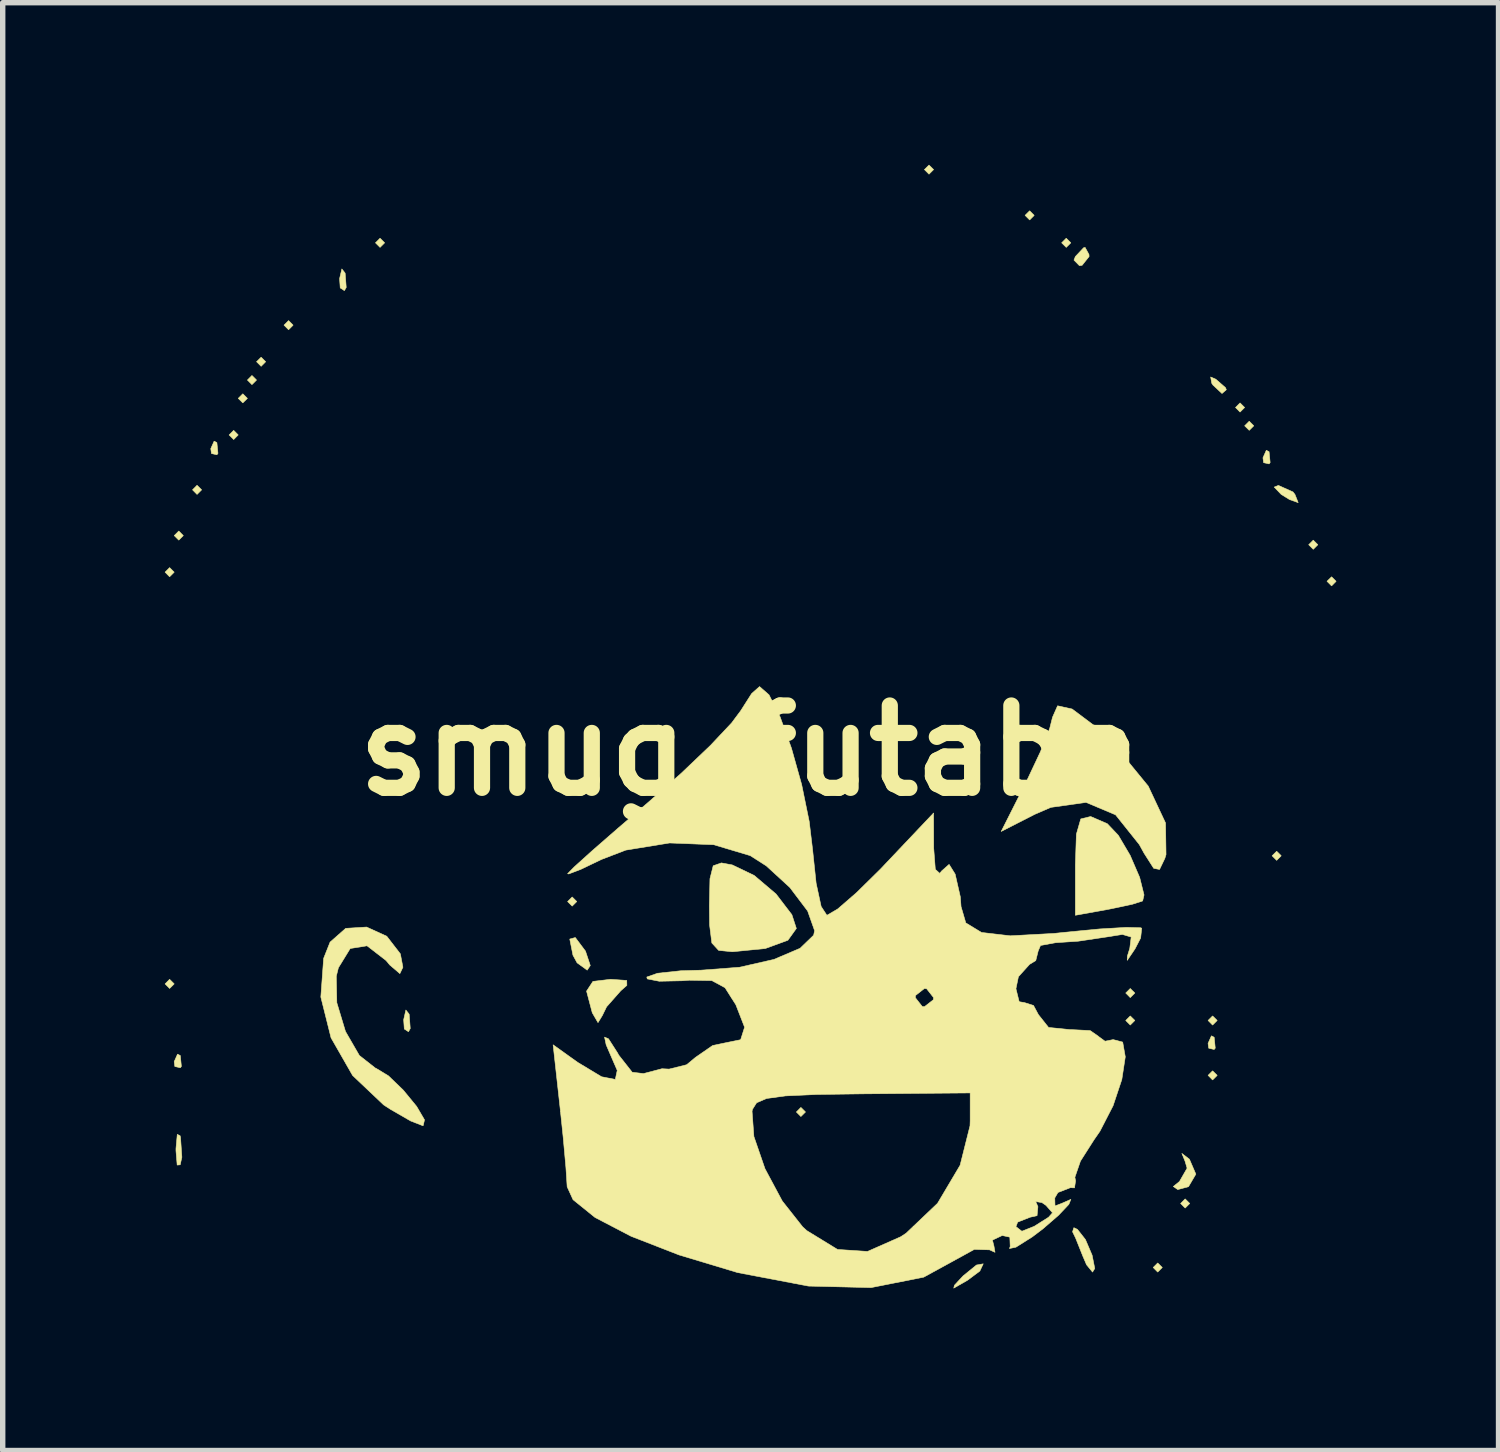
<source format=kicad_pcb>
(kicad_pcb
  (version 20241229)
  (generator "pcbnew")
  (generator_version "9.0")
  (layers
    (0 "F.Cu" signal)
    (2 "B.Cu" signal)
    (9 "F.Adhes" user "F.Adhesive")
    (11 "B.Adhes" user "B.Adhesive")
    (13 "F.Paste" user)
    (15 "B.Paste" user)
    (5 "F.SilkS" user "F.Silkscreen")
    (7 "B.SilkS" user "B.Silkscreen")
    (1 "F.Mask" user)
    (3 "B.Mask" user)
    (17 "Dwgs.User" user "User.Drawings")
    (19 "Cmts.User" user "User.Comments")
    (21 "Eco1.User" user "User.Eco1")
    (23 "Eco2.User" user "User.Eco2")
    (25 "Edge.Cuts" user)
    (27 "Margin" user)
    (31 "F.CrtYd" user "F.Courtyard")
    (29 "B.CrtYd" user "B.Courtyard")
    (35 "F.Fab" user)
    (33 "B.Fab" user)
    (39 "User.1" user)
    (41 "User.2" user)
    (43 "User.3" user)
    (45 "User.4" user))
  (footprint "smug_futaba"
    (layer "F.Cu")
    (at 10.842 10.842)
    (property "Reference" "smug_futaba" (at 0 0 0) (layer "F.SilkS") (effects (font (size 1.524 1.524) (thickness 0.3))))
    (attr through_hole)
    (fp_poly (pts (xy -10.668 -3.302) (xy -10.753 -3.217) (xy -10.837 -3.302) (xy -10.753 -3.387) (xy -10.668 -3.302)) (stroke (width 0.01) (type solid)) (fill yes) (layer "F.SilkS"))
    (fp_poly (pts (xy -10.668 4.318) (xy -10.753 4.403) (xy -10.837 4.318) (xy -10.753 4.233) (xy -10.668 4.318)) (stroke (width 0.01) (type solid)) (fill yes) (layer "F.SilkS"))
    (fp_poly (pts (xy -10.499 -3.979) (xy -10.583 -3.895) (xy -10.668 -3.979) (xy -10.583 -4.064) (xy -10.499 -3.979)) (stroke (width 0.01) (type solid)) (fill yes) (layer "F.SilkS"))
    (fp_poly (pts (xy -10.16 -4.826) (xy -10.245 -4.741) (xy -10.329 -4.826) (xy -10.245 -4.911) (xy -10.16 -4.826)) (stroke (width 0.01) (type solid)) (fill yes) (layer "F.SilkS"))
    (fp_poly (pts (xy -9.483 -5.842) (xy -9.567 -5.757) (xy -9.652 -5.842) (xy -9.567 -5.927) (xy -9.483 -5.842)) (stroke (width 0.01) (type solid)) (fill yes) (layer "F.SilkS"))
    (fp_poly (pts (xy -9.313 -6.519) (xy -9.398 -6.435) (xy -9.483 -6.519) (xy -9.398 -6.604) (xy -9.313 -6.519)) (stroke (width 0.01) (type solid)) (fill yes) (layer "F.SilkS"))
    (fp_poly (pts (xy -9.144 -6.858) (xy -9.229 -6.773) (xy -9.313 -6.858) (xy -9.229 -6.943) (xy -9.144 -6.858)) (stroke (width 0.01) (type solid)) (fill yes) (layer "F.SilkS"))
    (fp_poly (pts (xy -8.975 -7.197) (xy -9.059 -7.112) (xy -9.144 -7.197) (xy -9.059 -7.281) (xy -8.975 -7.197)) (stroke (width 0.01) (type solid)) (fill yes) (layer "F.SilkS"))
    (fp_poly (pts (xy -8.467 -7.874) (xy -8.551 -7.789) (xy -8.636 -7.874) (xy -8.551 -7.959) (xy -8.467 -7.874)) (stroke (width 0.01) (type solid)) (fill yes) (layer "F.SilkS"))
    (fp_poly (pts (xy -6.773 -9.398) (xy -6.858 -9.313) (xy -6.943 -9.398) (xy -6.858 -9.483) (xy -6.773 -9.398)) (stroke (width 0.01) (type solid)) (fill yes) (layer "F.SilkS"))
    (fp_poly (pts (xy -3.217 2.794) (xy -3.302 2.879) (xy -3.387 2.794) (xy -3.302 2.709) (xy -3.217 2.794)) (stroke (width 0.01) (type solid)) (fill yes) (layer "F.SilkS"))
    (fp_poly (pts (xy 1.016 6.689) (xy 0.931 6.773) (xy 0.847 6.689) (xy 0.931 6.604) (xy 1.016 6.689)) (stroke (width 0.01) (type solid)) (fill yes) (layer "F.SilkS"))
    (fp_poly (pts (xy 3.387 -10.753) (xy 3.302 -10.668) (xy 3.217 -10.753) (xy 3.302 -10.837) (xy 3.387 -10.753)) (stroke (width 0.01) (type solid)) (fill yes) (layer "F.SilkS"))
    (fp_poly (pts (xy 5.249 -9.906) (xy 5.165 -9.821) (xy 5.08 -9.906) (xy 5.165 -9.991) (xy 5.249 -9.906)) (stroke (width 0.01) (type solid)) (fill yes) (layer "F.SilkS"))
    (fp_poly (pts (xy 5.927 -9.398) (xy 5.842 -9.313) (xy 5.757 -9.398) (xy 5.842 -9.483) (xy 5.927 -9.398)) (stroke (width 0.01) (type solid)) (fill yes) (layer "F.SilkS"))
    (fp_poly (pts (xy 7.112 4.487) (xy 7.027 4.572) (xy 6.943 4.487) (xy 7.027 4.403) (xy 7.112 4.487)) (stroke (width 0.01) (type solid)) (fill yes) (layer "F.SilkS"))
    (fp_poly (pts (xy 7.112 4.995) (xy 7.027 5.08) (xy 6.943 4.995) (xy 7.027 4.911) (xy 7.112 4.995)) (stroke (width 0.01) (type solid)) (fill yes) (layer "F.SilkS"))
    (fp_poly (pts (xy 7.62 9.567) (xy 7.535 9.652) (xy 7.451 9.567) (xy 7.535 9.483) (xy 7.62 9.567)) (stroke (width 0.01) (type solid)) (fill yes) (layer "F.SilkS"))
    (fp_poly (pts (xy 8.128 8.382) (xy 8.043 8.467) (xy 7.959 8.382) (xy 8.043 8.297) (xy 8.128 8.382)) (stroke (width 0.01) (type solid)) (fill yes) (layer "F.SilkS"))
    (fp_poly (pts (xy 8.636 4.995) (xy 8.551 5.08) (xy 8.467 4.995) (xy 8.551 4.911) (xy 8.636 4.995)) (stroke (width 0.01) (type solid)) (fill yes) (layer "F.SilkS"))
    (fp_poly (pts (xy 8.636 6.011) (xy 8.551 6.096) (xy 8.467 6.011) (xy 8.551 5.927) (xy 8.636 6.011)) (stroke (width 0.01) (type solid)) (fill yes) (layer "F.SilkS"))
    (fp_poly (pts (xy 9.144 -6.35) (xy 9.059 -6.265) (xy 8.975 -6.35) (xy 9.059 -6.435) (xy 9.144 -6.35)) (stroke (width 0.01) (type solid)) (fill yes) (layer "F.SilkS"))
    (fp_poly (pts (xy 9.313 -6.011) (xy 9.229 -5.927) (xy 9.144 -6.011) (xy 9.229 -6.096) (xy 9.313 -6.011)) (stroke (width 0.01) (type solid)) (fill yes) (layer "F.SilkS"))
    (fp_poly (pts (xy 9.821 1.947) (xy 9.737 2.032) (xy 9.652 1.947) (xy 9.737 1.863) (xy 9.821 1.947)) (stroke (width 0.01) (type solid)) (fill yes) (layer "F.SilkS"))
    (fp_poly (pts (xy 10.499 -3.81) (xy 10.414 -3.725) (xy 10.329 -3.81) (xy 10.414 -3.895) (xy 10.499 -3.81)) (stroke (width 0.01) (type solid)) (fill yes) (layer "F.SilkS"))
    (fp_poly (pts (xy 10.837 -3.133) (xy 10.753 -3.048) (xy 10.668 -3.133) (xy 10.753 -3.217) (xy 10.837 -3.133)) (stroke (width 0.01) (type solid)) (fill yes) (layer "F.SilkS"))
    (fp_poly (pts (xy -10.555 5.644) (xy -10.535 5.845) (xy -10.555 5.87) (xy -10.656 5.847) (xy -10.668 5.757) (xy -10.606 5.618) (xy -10.555 5.644)) (stroke (width 0.01) (type solid)) (fill yes) (layer "F.SilkS"))
    (fp_poly (pts (xy -9.878 -5.701) (xy -9.858 -5.5) (xy -9.878 -5.475) (xy -9.978 -5.498) (xy -9.991 -5.588) (xy -9.929 -5.727) (xy -9.878 -5.701)) (stroke (width 0.01) (type solid)) (fill yes) (layer "F.SilkS"))
    (fp_poly (pts (xy -7.504 -8.837) (xy -7.484 -8.572) (xy -7.518 -8.513) (xy -7.595 -8.563) (xy -7.607 -8.735) (xy -7.565 -8.915) (xy -7.504 -8.837)) (stroke (width 0.01) (type solid)) (fill yes) (layer "F.SilkS"))
    (fp_poly (pts (xy -6.319 4.879) (xy -6.299 5.144) (xy -6.332 5.203) (xy -6.409 5.153) (xy -6.421 4.981) (xy -6.38 4.801) (xy -6.319 4.879)) (stroke (width 0.01) (type solid)) (fill yes) (layer "F.SilkS"))
    (fp_poly (pts (xy 8.58 5.306) (xy 8.6 5.507) (xy 8.58 5.532) (xy 8.479 5.508) (xy 8.467 5.419) (xy 8.529 5.279) (xy 8.58 5.306)) (stroke (width 0.01) (type solid)) (fill yes) (layer "F.SilkS"))
    (fp_poly (pts (xy 9.596 -5.532) (xy 9.616 -5.331) (xy 9.596 -5.306) (xy 9.495 -5.329) (xy 9.483 -5.419) (xy 9.545 -5.558) (xy 9.596 -5.532)) (stroke (width 0.01) (type solid)) (fill yes) (layer "F.SilkS"))
    (fp_poly (pts (xy -3.056 3.711) (xy -2.967 3.978) (xy -3.024 4.064) (xy -3.211 3.928) (xy -3.288 3.786) (xy -3.347 3.488) (xy -3.244 3.46) (xy -3.056 3.711)) (stroke (width 0.01) (type solid)) (fill yes) (layer "F.SilkS"))
    (fp_poly (pts (xy 4.243 9.633) (xy 4.014 9.804) (xy 3.76 9.949) (xy 3.773 9.895) (xy 3.933 9.723) (xy 4.181 9.521) (xy 4.306 9.499) (xy 4.243 9.633)) (stroke (width 0.01) (type solid)) (fill yes) (layer "F.SilkS"))
    (fp_poly (pts (xy 8.61 -6.874) (xy 8.79 -6.717) (xy 8.805 -6.679) (xy 8.725 -6.609) (xy 8.558 -6.765) (xy 8.535 -6.799) (xy 8.515 -6.915) (xy 8.61 -6.874)) (stroke (width 0.01) (type solid)) (fill yes) (layer "F.SilkS"))
    (fp_poly (pts (xy 10.039 -4.787) (xy 10.075 -4.741) (xy 10.135 -4.589) (xy 9.975 -4.646) (xy 9.821 -4.741) (xy 9.691 -4.877) (xy 9.769 -4.908) (xy 10.039 -4.787)) (stroke (width 0.01) (type solid)) (fill yes) (layer "F.SilkS"))
    (fp_poly (pts (xy -10.559 7.128) (xy -10.551 7.158) (xy -10.526 7.526) (xy -10.557 7.666) (xy -10.613 7.671) (xy -10.635 7.406) (xy -10.635 7.366) (xy -10.611 7.103) (xy -10.559 7.128)) (stroke (width 0.01) (type solid)) (fill yes) (layer "F.SilkS"))
    (fp_poly (pts (xy 6.263 -9.182) (xy 6.265 -9.144) (xy 6.135 -8.981) (xy 6.086 -8.975) (xy 5.985 -9.078) (xy 6.011 -9.144) (xy 6.163 -9.306) (xy 6.191 -9.313) (xy 6.263 -9.182)) (stroke (width 0.01) (type solid)) (fill yes) (layer "F.SilkS"))
    (fp_poly (pts (xy 8.122 7.563) (xy 8.241 7.839) (xy 8.105 8.071) (xy 7.906 8.125) (xy 7.824 8.068) (xy 7.938 7.975) (xy 8.079 7.729) (xy 8.04 7.597) (xy 7.982 7.455) (xy 8.122 7.563)) (stroke (width 0.01) (type solid)) (fill yes) (layer "F.SilkS"))
    (fp_poly (pts (xy 6.049 8.861) (xy 6.197 9.049) (xy 6.321 9.339) (xy 6.37 9.585) (xy 6.329 9.652) (xy 6.218 9.517) (xy 6.149 9.356) (xy 6.015 9.021) (xy 5.959 8.906) (xy 5.983 8.83) (xy 6.049 8.861)) (stroke (width 0.01) (type solid)) (fill yes) (layer "F.SilkS"))
    (fp_poly (pts (xy -2.292 4.254) (xy -2.29 4.346) (xy -2.403 4.445) (xy -2.665 4.742) (xy -2.743 4.902) (xy -2.824 5.035) (xy -2.93 4.853) (xy -2.932 4.846) (xy -3.036 4.452) (xy -2.918 4.272) (xy -2.592 4.233) (xy -2.292 4.254)) (stroke (width 0.01) (type solid)) (fill yes) (layer "F.SilkS"))
    (fp_poly (pts (xy 6.602 1.353) (xy 6.806 1.568) (xy 7.025 1.939) (xy 7.201 2.347) (xy 7.282 2.672) (xy 7.256 2.783) (xy 7.066 2.844) (xy 6.677 2.927) (xy 6.604 2.941) (xy 6.011 3.048) (xy 6.011 2.117) (xy 6.03 1.547) (xy 6.111 1.265) (xy 6.294 1.22) (xy 6.602 1.353)) (stroke (width 0.01) (type solid)) (fill yes) (layer "F.SilkS"))
    (fp_poly (pts (xy -0.339 2.116) (xy 0.067 2.311) (xy 0.471 2.654) (xy 0.764 3.037) (xy 0.847 3.292) (xy 0.691 3.51) (xy 0.273 3.663) (xy -0.333 3.723) (xy -0.34 3.723) (xy -0.591 3.698) (xy -0.717 3.561) (xy -0.759 3.226) (xy -0.763 2.871) (xy -0.752 2.371) (xy -0.692 2.132) (xy -0.541 2.079) (xy -0.339 2.116)) (stroke (width 0.01) (type solid)) (fill yes) (layer "F.SilkS"))
    (fp_poly (pts (xy 5.952 -0.769) (xy 6.385 -0.444) (xy 6.735 -0.105) (xy 7.36 0.658) (xy 7.68 1.34) (xy 7.689 1.925) (xy 7.667 1.996) (xy 7.569 2.2) (xy 7.461 2.179) (xy 7.283 1.9) (xy 7.195 1.74) (xy 6.755 1.189) (xy 6.209 0.959) (xy 5.557 1.051) (xy 5.259 1.18) (xy 4.638 1.497) (xy 5.113 0.555) (xy 5.364 0.022) (xy 5.536 -0.41) (xy 5.588 -0.617) (xy 5.682 -0.829) (xy 5.952 -0.769)) (stroke (width 0.01) (type solid)) (fill yes) (layer "F.SilkS"))
    (fp_poly (pts (xy -6.734 3.436) (xy -6.482 3.762) (xy -6.435 4.01) (xy -6.491 4.128) (xy -6.678 3.968) (xy -6.747 3.885) (xy -7.099 3.613) (xy -7.41 3.663) (xy -7.629 4.02) (xy -7.668 4.177) (xy -7.658 4.667) (xy -7.498 5.198) (xy -7.241 5.643) (xy -6.942 5.878) (xy -6.933 5.88) (xy -6.702 6.02) (xy -6.428 6.284) (xy -6.181 6.585) (xy -6.035 6.834) (xy -6.06 6.942) (xy -6.066 6.943) (xy -6.29 6.856) (xy -6.666 6.639) (xy -6.791 6.558) (xy -7.366 6.013) (xy -7.765 5.316) (xy -7.954 4.561) (xy -7.902 3.845) (xy -7.783 3.545) (xy -7.494 3.29) (xy -7.107 3.266) (xy -6.734 3.436)) (stroke (width 0.01) (type solid)) (fill yes) (layer "F.SilkS"))
    (fp_poly (pts (xy 0.341 -1.032) (xy 0.546 -0.625) (xy 0.756 -0.045) (xy 0.945 0.628) (xy 1.085 1.312) (xy 1.146 1.82) (xy 1.213 2.455) (xy 1.306 2.886) (xy 1.412 3.048) (xy 1.413 3.048) (xy 1.61 2.933) (xy 1.963 2.627) (xy 2.404 2.193) (xy 2.491 2.101) (xy 3.387 1.155) (xy 3.389 1.805) (xy 3.419 2.198) (xy 3.501 2.272) (xy 3.535 2.229) (xy 3.674 2.106) (xy 3.786 2.286) (xy 3.882 2.708) (xy 3.895 2.887) (xy 3.983 3.189) (xy 4.274 3.366) (xy 4.806 3.428) (xy 5.617 3.384) (xy 5.826 3.362) (xy 6.461 3.301) (xy 6.954 3.272) (xy 7.218 3.279) (xy 7.239 3.287) (xy 7.219 3.469) (xy 7.115 3.67) (xy 6.971 3.883) (xy 6.973 3.805) (xy 7.018 3.661) (xy 7.044 3.451) (xy 6.882 3.403) (xy 6.586 3.45) (xy 6.062 3.528) (xy 5.642 3.556) (xy 5.366 3.607) (xy 5.323 3.708) (xy 5.278 3.887) (xy 5.164 3.956) (xy 4.957 4.185) (xy 4.911 4.407) (xy 4.971 4.648) (xy 5.068 4.664) (xy 5.236 4.717) (xy 5.327 4.887) (xy 5.515 5.124) (xy 5.918 5.165) (xy 5.931 5.164) (xy 6.285 5.182) (xy 6.435 5.286) (xy 6.435 5.288) (xy 6.56 5.379) (xy 6.711 5.349) (xy 6.887 5.395) (xy 6.935 5.668) (xy 6.871 6.087) (xy 6.709 6.573) (xy 6.466 7.045) (xy 6.356 7.204) (xy 6.105 7.598) (xy 6.002 7.897) (xy 6.015 7.964) (xy 5.995 8.093) (xy 5.918 8.09) (xy 5.689 8.179) (xy 5.63 8.279) (xy 5.634 8.428) (xy 5.762 8.379) (xy 5.928 8.306) (xy 5.89 8.399) (xy 5.7 8.6) (xy 5.407 8.854) (xy 5.214 9) (xy 4.911 9.191) (xy 4.791 9.216) (xy 4.805 9.177) (xy 4.798 9.005) (xy 4.657 8.975) (xy 4.476 9.06) (xy 4.504 9.17) (xy 4.524 9.286) (xy 4.421 9.24) (xy 4.141 9.232) (xy 3.952 9.336) (xy 3.204 9.746) (xy 2.23 9.939) (xy 1.07 9.911) (xy -0.241 9.661) (xy -0.254 9.657) (xy -1.323 9.335) (xy -2.212 8.989) (xy -2.879 8.641) (xy -3.286 8.312) (xy -3.395 8.073) (xy -3.418 7.717) (xy -3.469 7.153) (xy -3.519 6.675) (xy 0.027 6.675) (xy 0.061 7.143) (xy 0.266 7.738) (xy 0.586 8.336) (xy 0.963 8.814) (xy 1.041 8.885) (xy 1.609 9.233) (xy 2.164 9.27) (xy 2.779 8.998) (xy 2.879 8.932) (xy 3.006 8.811) (xy 4.911 8.811) (xy 5.021 8.896) (xy 5.249 8.805) (xy 5.515 8.637) (xy 5.588 8.555) (xy 5.468 8.418) (xy 5.393 8.366) (xy 5.277 8.346) (xy 5.318 8.441) (xy 5.302 8.608) (xy 5.175 8.636) (xy 4.943 8.727) (xy 4.911 8.811) (xy 3.006 8.811) (xy 3.46 8.379) (xy 3.878 7.674) (xy 4.061 6.945) (xy 4.064 6.854) (xy 4.064 6.336) (xy 2.075 6.353) (xy 1.22 6.365) (xy 0.646 6.391) (xy 0.295 6.439) (xy 0.111 6.519) (xy 0.035 6.639) (xy 0.027 6.675) (xy -3.519 6.675) (xy -3.53 6.575) (xy -3.655 5.445) (xy -3.199 5.771) (xy -2.757 6.037) (xy -2.504 6.086) (xy -2.468 5.919) (xy -2.534 5.768) (xy -2.673 5.446) (xy -2.703 5.303) (xy -2.63 5.334) (xy -2.463 5.594) (xy -2.441 5.635) (xy -2.191 5.953) (xy -1.982 5.978) (xy -1.64 5.888) (xy -1.508 5.895) (xy -1.183 5.814) (xy -1.021 5.679) (xy -0.703 5.459) (xy -0.515 5.419) (xy -0.184 5.351) (xy -0.111 5.12) (xy -0.273 4.704) (xy -0.357 4.572) (xy 3.048 4.572) (xy 3.177 4.736) (xy 3.217 4.741) (xy 3.382 4.612) (xy 3.387 4.572) (xy 3.258 4.408) (xy 3.217 4.403) (xy 3.053 4.532) (xy 3.048 4.572) (xy -0.357 4.572) (xy -0.473 4.389) (xy -0.717 4.257) (xy -1.137 4.25) (xy -1.266 4.26) (xy -1.69 4.269) (xy -1.912 4.226) (xy -1.921 4.191) (xy -1.722 4.121) (xy -1.292 4.075) (xy -0.916 4.064) (xy -0.205 4.01) (xy 0.432 3.865) (xy 0.916 3.659) (xy 1.167 3.417) (xy 1.185 3.333) (xy 1.056 2.969) (xy 0.727 2.534) (xy 0.291 2.134) (xy -0.007 1.944) (xy -0.683 1.742) (xy -1.501 1.71) (xy -2.31 1.842) (xy -2.758 2.014) (xy -3.144 2.199) (xy -3.366 2.283) (xy -3.387 2.279) (xy -3.266 2.155) (xy -2.937 1.858) (xy -2.451 1.434) (xy -1.904 0.966) (xy -1.284 0.42) (xy -0.745 -0.094) (xy -0.352 -0.511) (xy -0.182 -0.739) (xy 0.02 -1.056) (xy 0.166 -1.185) (xy 0.341 -1.032)) (stroke (width 0.01) (type solid)) (fill yes) (layer "F.SilkS")))
  (gr_rect
    (start -3 -3)
    (end 24.685 23.796)
    (stroke (width 0.1) (type default))
    (fill no)
    (layer "Edge.Cuts")))
</source>
